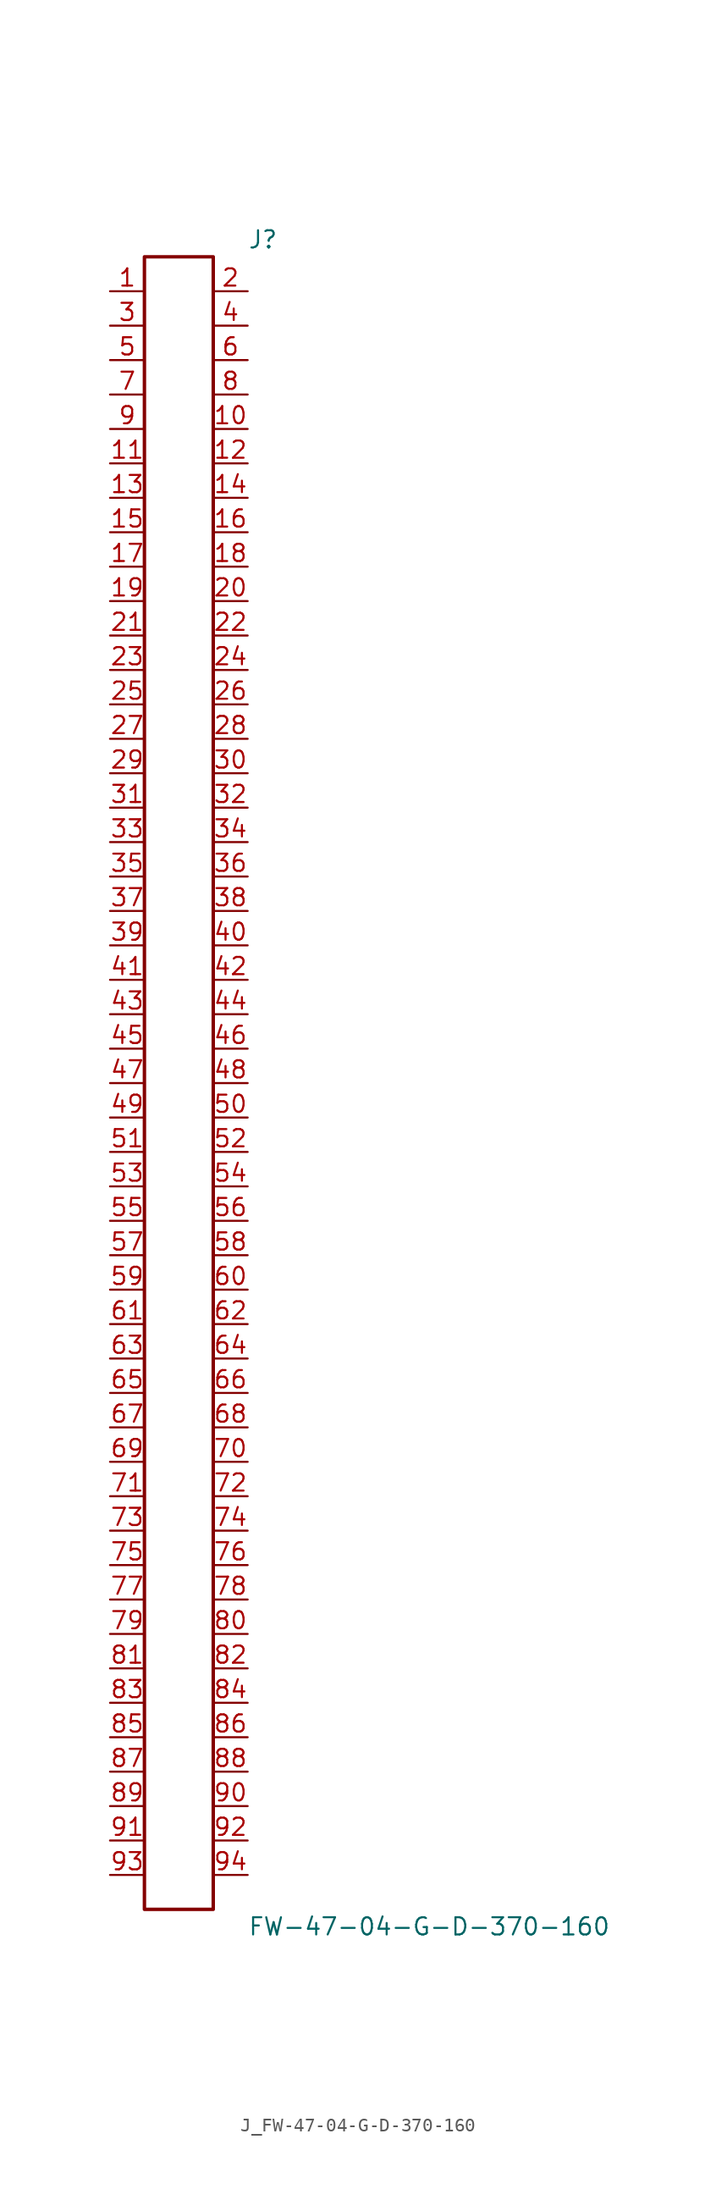
<source format=kicad_sym>
(kicad_symbol_lib
  (version 20231120)
  (generator kicad_symbol_editor)
  (generator_version 8.0)
  (symbol "J_FW-47-04-G-D-370-160"
    (pin_names
      (offset 0.254))
    (property "Reference" "J"
      (at 5.08 62.23 0)
      (effects (font (size 1.27 1.27)) (justify left)))
    (property "Value" "FW-47-04-G-D-370-160"
      (at 5.08 -62.23 0)
      (effects (font (size 1.27 1.27)) (justify left)))
    (symbol "J_FW-47-04-G-D-370-160_0_0"
      (pin unspecified line (at -5.08 58.42 0) (length 2.54) (name "" (effects (font (size 1.27 1.27)))) (number "1" (effects (font (size 1.27 1.27)))))
      (pin unspecified line (at 5.08 58.42 180) (length 2.54) (name "" (effects (font (size 1.27 1.27)))) (number "2" (effects (font (size 1.27 1.27)))))
      (pin unspecified line (at -5.08 55.88 0) (length 2.54) (name "" (effects (font (size 1.27 1.27)))) (number "3" (effects (font (size 1.27 1.27)))))
      (pin unspecified line (at 5.08 55.88 180) (length 2.54) (name "" (effects (font (size 1.27 1.27)))) (number "4" (effects (font (size 1.27 1.27)))))
      (pin unspecified line (at -5.08 53.34 0) (length 2.54) (name "" (effects (font (size 1.27 1.27)))) (number "5" (effects (font (size 1.27 1.27)))))
      (pin unspecified line (at 5.08 53.34 180) (length 2.54) (name "" (effects (font (size 1.27 1.27)))) (number "6" (effects (font (size 1.27 1.27)))))
      (pin unspecified line (at -5.08 50.8 0) (length 2.54) (name "" (effects (font (size 1.27 1.27)))) (number "7" (effects (font (size 1.27 1.27)))))
      (pin unspecified line (at 5.08 50.8 180) (length 2.54) (name "" (effects (font (size 1.27 1.27)))) (number "8" (effects (font (size 1.27 1.27)))))
      (pin unspecified line (at -5.08 48.26 0) (length 2.54) (name "" (effects (font (size 1.27 1.27)))) (number "9" (effects (font (size 1.27 1.27)))))
      (pin unspecified line (at 5.08 48.26 180) (length 2.54) (name "" (effects (font (size 1.27 1.27)))) (number "10" (effects (font (size 1.27 1.27)))))
      (pin unspecified line (at -5.08 45.72 0) (length 2.54) (name "" (effects (font (size 1.27 1.27)))) (number "11" (effects (font (size 1.27 1.27)))))
      (pin unspecified line (at 5.08 45.72 180) (length 2.54) (name "" (effects (font (size 1.27 1.27)))) (number "12" (effects (font (size 1.27 1.27)))))
      (pin unspecified line (at -5.08 43.18 0) (length 2.54) (name "" (effects (font (size 1.27 1.27)))) (number "13" (effects (font (size 1.27 1.27)))))
      (pin unspecified line (at 5.08 43.18 180) (length 2.54) (name "" (effects (font (size 1.27 1.27)))) (number "14" (effects (font (size 1.27 1.27)))))
      (pin unspecified line (at -5.08 40.64 0) (length 2.54) (name "" (effects (font (size 1.27 1.27)))) (number "15" (effects (font (size 1.27 1.27)))))
      (pin unspecified line (at 5.08 40.64 180) (length 2.54) (name "" (effects (font (size 1.27 1.27)))) (number "16" (effects (font (size 1.27 1.27)))))
      (pin unspecified line (at -5.08 38.1 0) (length 2.54) (name "" (effects (font (size 1.27 1.27)))) (number "17" (effects (font (size 1.27 1.27)))))
      (pin unspecified line (at 5.08 38.1 180) (length 2.54) (name "" (effects (font (size 1.27 1.27)))) (number "18" (effects (font (size 1.27 1.27)))))
      (pin unspecified line (at -5.08 35.56 0) (length 2.54) (name "" (effects (font (size 1.27 1.27)))) (number "19" (effects (font (size 1.27 1.27)))))
      (pin unspecified line (at 5.08 35.56 180) (length 2.54) (name "" (effects (font (size 1.27 1.27)))) (number "20" (effects (font (size 1.27 1.27)))))
      (pin unspecified line (at -5.08 33.02 0) (length 2.54) (name "" (effects (font (size 1.27 1.27)))) (number "21" (effects (font (size 1.27 1.27)))))
      (pin unspecified line (at 5.08 33.02 180) (length 2.54) (name "" (effects (font (size 1.27 1.27)))) (number "22" (effects (font (size 1.27 1.27)))))
      (pin unspecified line (at -5.08 30.48 0) (length 2.54) (name "" (effects (font (size 1.27 1.27)))) (number "23" (effects (font (size 1.27 1.27)))))
      (pin unspecified line (at 5.08 30.48 180) (length 2.54) (name "" (effects (font (size 1.27 1.27)))) (number "24" (effects (font (size 1.27 1.27)))))
      (pin unspecified line (at -5.08 27.94 0) (length 2.54) (name "" (effects (font (size 1.27 1.27)))) (number "25" (effects (font (size 1.27 1.27)))))
      (pin unspecified line (at 5.08 27.94 180) (length 2.54) (name "" (effects (font (size 1.27 1.27)))) (number "26" (effects (font (size 1.27 1.27)))))
      (pin unspecified line (at -5.08 25.4 0) (length 2.54) (name "" (effects (font (size 1.27 1.27)))) (number "27" (effects (font (size 1.27 1.27)))))
      (pin unspecified line (at 5.08 25.4 180) (length 2.54) (name "" (effects (font (size 1.27 1.27)))) (number "28" (effects (font (size 1.27 1.27)))))
      (pin unspecified line (at -5.08 22.86 0) (length 2.54) (name "" (effects (font (size 1.27 1.27)))) (number "29" (effects (font (size 1.27 1.27)))))
      (pin unspecified line (at 5.08 22.86 180) (length 2.54) (name "" (effects (font (size 1.27 1.27)))) (number "30" (effects (font (size 1.27 1.27)))))
      (pin unspecified line (at -5.08 20.32 0) (length 2.54) (name "" (effects (font (size 1.27 1.27)))) (number "31" (effects (font (size 1.27 1.27)))))
      (pin unspecified line (at 5.08 20.32 180) (length 2.54) (name "" (effects (font (size 1.27 1.27)))) (number "32" (effects (font (size 1.27 1.27)))))
      (pin unspecified line (at -5.08 17.78 0) (length 2.54) (name "" (effects (font (size 1.27 1.27)))) (number "33" (effects (font (size 1.27 1.27)))))
      (pin unspecified line (at 5.08 17.78 180) (length 2.54) (name "" (effects (font (size 1.27 1.27)))) (number "34" (effects (font (size 1.27 1.27)))))
      (pin unspecified line (at -5.08 15.24 0) (length 2.54) (name "" (effects (font (size 1.27 1.27)))) (number "35" (effects (font (size 1.27 1.27)))))
      (pin unspecified line (at 5.08 15.24 180) (length 2.54) (name "" (effects (font (size 1.27 1.27)))) (number "36" (effects (font (size 1.27 1.27)))))
      (pin unspecified line (at -5.08 12.7 0) (length 2.54) (name "" (effects (font (size 1.27 1.27)))) (number "37" (effects (font (size 1.27 1.27)))))
      (pin unspecified line (at 5.08 12.7 180) (length 2.54) (name "" (effects (font (size 1.27 1.27)))) (number "38" (effects (font (size 1.27 1.27)))))
      (pin unspecified line (at -5.08 10.16 0) (length 2.54) (name "" (effects (font (size 1.27 1.27)))) (number "39" (effects (font (size 1.27 1.27)))))
      (pin unspecified line (at 5.08 10.16 180) (length 2.54) (name "" (effects (font (size 1.27 1.27)))) (number "40" (effects (font (size 1.27 1.27)))))
      (pin unspecified line (at -5.08 7.62 0) (length 2.54) (name "" (effects (font (size 1.27 1.27)))) (number "41" (effects (font (size 1.27 1.27)))))
      (pin unspecified line (at 5.08 7.62 180) (length 2.54) (name "" (effects (font (size 1.27 1.27)))) (number "42" (effects (font (size 1.27 1.27)))))
      (pin unspecified line (at -5.08 5.08 0) (length 2.54) (name "" (effects (font (size 1.27 1.27)))) (number "43" (effects (font (size 1.27 1.27)))))
      (pin unspecified line (at 5.08 5.08 180) (length 2.54) (name "" (effects (font (size 1.27 1.27)))) (number "44" (effects (font (size 1.27 1.27)))))
      (pin unspecified line (at -5.08 2.54 0) (length 2.54) (name "" (effects (font (size 1.27 1.27)))) (number "45" (effects (font (size 1.27 1.27)))))
      (pin unspecified line (at 5.08 2.54 180) (length 2.54) (name "" (effects (font (size 1.27 1.27)))) (number "46" (effects (font (size 1.27 1.27)))))
      (pin unspecified line (at -5.08 0.0 0) (length 2.54) (name "" (effects (font (size 1.27 1.27)))) (number "47" (effects (font (size 1.27 1.27)))))
      (pin unspecified line (at 5.08 0.0 180) (length 2.54) (name "" (effects (font (size 1.27 1.27)))) (number "48" (effects (font (size 1.27 1.27)))))
      (pin unspecified line (at -5.08 -2.54 0) (length 2.54) (name "" (effects (font (size 1.27 1.27)))) (number "49" (effects (font (size 1.27 1.27)))))
      (pin unspecified line (at 5.08 -2.54 180) (length 2.54) (name "" (effects (font (size 1.27 1.27)))) (number "50" (effects (font (size 1.27 1.27)))))
      (pin unspecified line (at -5.08 -5.08 0) (length 2.54) (name "" (effects (font (size 1.27 1.27)))) (number "51" (effects (font (size 1.27 1.27)))))
      (pin unspecified line (at 5.08 -5.08 180) (length 2.54) (name "" (effects (font (size 1.27 1.27)))) (number "52" (effects (font (size 1.27 1.27)))))
      (pin unspecified line (at -5.08 -7.62 0) (length 2.54) (name "" (effects (font (size 1.27 1.27)))) (number "53" (effects (font (size 1.27 1.27)))))
      (pin unspecified line (at 5.08 -7.62 180) (length 2.54) (name "" (effects (font (size 1.27 1.27)))) (number "54" (effects (font (size 1.27 1.27)))))
      (pin unspecified line (at -5.08 -10.16 0) (length 2.54) (name "" (effects (font (size 1.27 1.27)))) (number "55" (effects (font (size 1.27 1.27)))))
      (pin unspecified line (at 5.08 -10.16 180) (length 2.54) (name "" (effects (font (size 1.27 1.27)))) (number "56" (effects (font (size 1.27 1.27)))))
      (pin unspecified line (at -5.08 -12.7 0) (length 2.54) (name "" (effects (font (size 1.27 1.27)))) (number "57" (effects (font (size 1.27 1.27)))))
      (pin unspecified line (at 5.08 -12.7 180) (length 2.54) (name "" (effects (font (size 1.27 1.27)))) (number "58" (effects (font (size 1.27 1.27)))))
      (pin unspecified line (at -5.08 -15.24 0) (length 2.54) (name "" (effects (font (size 1.27 1.27)))) (number "59" (effects (font (size 1.27 1.27)))))
      (pin unspecified line (at 5.08 -15.24 180) (length 2.54) (name "" (effects (font (size 1.27 1.27)))) (number "60" (effects (font (size 1.27 1.27)))))
      (pin unspecified line (at -5.08 -17.78 0) (length 2.54) (name "" (effects (font (size 1.27 1.27)))) (number "61" (effects (font (size 1.27 1.27)))))
      (pin unspecified line (at 5.08 -17.78 180) (length 2.54) (name "" (effects (font (size 1.27 1.27)))) (number "62" (effects (font (size 1.27 1.27)))))
      (pin unspecified line (at -5.08 -20.32 0) (length 2.54) (name "" (effects (font (size 1.27 1.27)))) (number "63" (effects (font (size 1.27 1.27)))))
      (pin unspecified line (at 5.08 -20.32 180) (length 2.54) (name "" (effects (font (size 1.27 1.27)))) (number "64" (effects (font (size 1.27 1.27)))))
      (pin unspecified line (at -5.08 -22.86 0) (length 2.54) (name "" (effects (font (size 1.27 1.27)))) (number "65" (effects (font (size 1.27 1.27)))))
      (pin unspecified line (at 5.08 -22.86 180) (length 2.54) (name "" (effects (font (size 1.27 1.27)))) (number "66" (effects (font (size 1.27 1.27)))))
      (pin unspecified line (at -5.08 -25.4 0) (length 2.54) (name "" (effects (font (size 1.27 1.27)))) (number "67" (effects (font (size 1.27 1.27)))))
      (pin unspecified line (at 5.08 -25.4 180) (length 2.54) (name "" (effects (font (size 1.27 1.27)))) (number "68" (effects (font (size 1.27 1.27)))))
      (pin unspecified line (at -5.08 -27.94 0) (length 2.54) (name "" (effects (font (size 1.27 1.27)))) (number "69" (effects (font (size 1.27 1.27)))))
      (pin unspecified line (at 5.08 -27.94 180) (length 2.54) (name "" (effects (font (size 1.27 1.27)))) (number "70" (effects (font (size 1.27 1.27)))))
      (pin unspecified line (at -5.08 -30.48 0) (length 2.54) (name "" (effects (font (size 1.27 1.27)))) (number "71" (effects (font (size 1.27 1.27)))))
      (pin unspecified line (at 5.08 -30.48 180) (length 2.54) (name "" (effects (font (size 1.27 1.27)))) (number "72" (effects (font (size 1.27 1.27)))))
      (pin unspecified line (at -5.08 -33.02 0) (length 2.54) (name "" (effects (font (size 1.27 1.27)))) (number "73" (effects (font (size 1.27 1.27)))))
      (pin unspecified line (at 5.08 -33.02 180) (length 2.54) (name "" (effects (font (size 1.27 1.27)))) (number "74" (effects (font (size 1.27 1.27)))))
      (pin unspecified line (at -5.08 -35.56 0) (length 2.54) (name "" (effects (font (size 1.27 1.27)))) (number "75" (effects (font (size 1.27 1.27)))))
      (pin unspecified line (at 5.08 -35.56 180) (length 2.54) (name "" (effects (font (size 1.27 1.27)))) (number "76" (effects (font (size 1.27 1.27)))))
      (pin unspecified line (at -5.08 -38.1 0) (length 2.54) (name "" (effects (font (size 1.27 1.27)))) (number "77" (effects (font (size 1.27 1.27)))))
      (pin unspecified line (at 5.08 -38.1 180) (length 2.54) (name "" (effects (font (size 1.27 1.27)))) (number "78" (effects (font (size 1.27 1.27)))))
      (pin unspecified line (at -5.08 -40.64 0) (length 2.54) (name "" (effects (font (size 1.27 1.27)))) (number "79" (effects (font (size 1.27 1.27)))))
      (pin unspecified line (at 5.08 -40.64 180) (length 2.54) (name "" (effects (font (size 1.27 1.27)))) (number "80" (effects (font (size 1.27 1.27)))))
      (pin unspecified line (at -5.08 -43.18 0) (length 2.54) (name "" (effects (font (size 1.27 1.27)))) (number "81" (effects (font (size 1.27 1.27)))))
      (pin unspecified line (at 5.08 -43.18 180) (length 2.54) (name "" (effects (font (size 1.27 1.27)))) (number "82" (effects (font (size 1.27 1.27)))))
      (pin unspecified line (at -5.08 -45.72 0) (length 2.54) (name "" (effects (font (size 1.27 1.27)))) (number "83" (effects (font (size 1.27 1.27)))))
      (pin unspecified line (at 5.08 -45.72 180) (length 2.54) (name "" (effects (font (size 1.27 1.27)))) (number "84" (effects (font (size 1.27 1.27)))))
      (pin unspecified line (at -5.08 -48.26 0) (length 2.54) (name "" (effects (font (size 1.27 1.27)))) (number "85" (effects (font (size 1.27 1.27)))))
      (pin unspecified line (at 5.08 -48.26 180) (length 2.54) (name "" (effects (font (size 1.27 1.27)))) (number "86" (effects (font (size 1.27 1.27)))))
      (pin unspecified line (at -5.08 -50.8 0) (length 2.54) (name "" (effects (font (size 1.27 1.27)))) (number "87" (effects (font (size 1.27 1.27)))))
      (pin unspecified line (at 5.08 -50.8 180) (length 2.54) (name "" (effects (font (size 1.27 1.27)))) (number "88" (effects (font (size 1.27 1.27)))))
      (pin unspecified line (at -5.08 -53.34 0) (length 2.54) (name "" (effects (font (size 1.27 1.27)))) (number "89" (effects (font (size 1.27 1.27)))))
      (pin unspecified line (at 5.08 -53.34 180) (length 2.54) (name "" (effects (font (size 1.27 1.27)))) (number "90" (effects (font (size 1.27 1.27)))))
      (pin unspecified line (at -5.08 -55.88 0) (length 2.54) (name "" (effects (font (size 1.27 1.27)))) (number "91" (effects (font (size 1.27 1.27)))))
      (pin unspecified line (at 5.08 -55.88 180) (length 2.54) (name "" (effects (font (size 1.27 1.27)))) (number "92" (effects (font (size 1.27 1.27)))))
      (pin unspecified line (at -5.08 -58.42 0) (length 2.54) (name "" (effects (font (size 1.27 1.27)))) (number "93" (effects (font (size 1.27 1.27)))))
      (pin unspecified line (at 5.08 -58.42 180) (length 2.54) (name "" (effects (font (size 1.27 1.27)))) (number "94" (effects (font (size 1.27 1.27))))))
    (symbol "J_FW-47-04-G-D-370-160_1_0"
      (rectangle (start -2.54 60.96) (end 2.54 -60.96) (stroke (width 0.254) (type solid)) (fill (type none))))))
</source>
